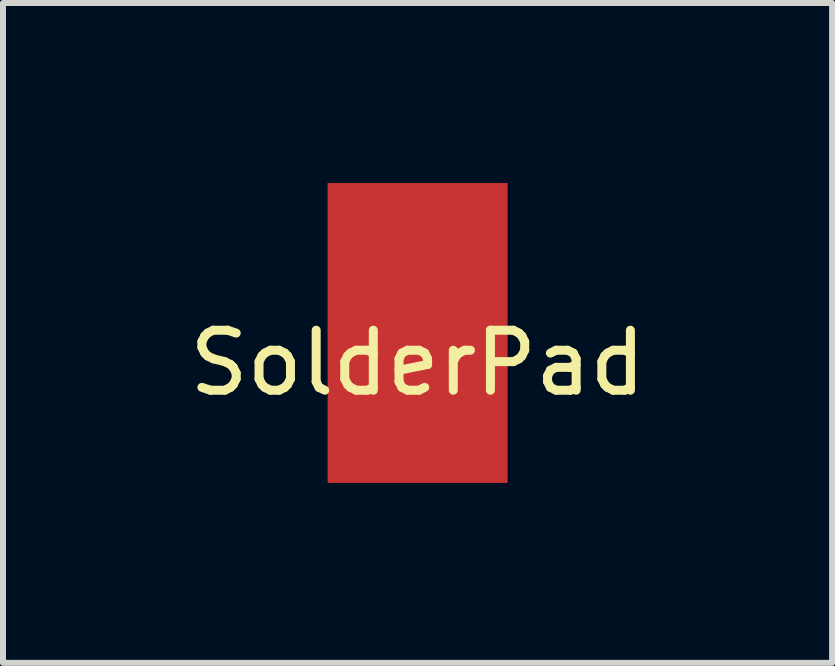
<source format=kicad_pcb>
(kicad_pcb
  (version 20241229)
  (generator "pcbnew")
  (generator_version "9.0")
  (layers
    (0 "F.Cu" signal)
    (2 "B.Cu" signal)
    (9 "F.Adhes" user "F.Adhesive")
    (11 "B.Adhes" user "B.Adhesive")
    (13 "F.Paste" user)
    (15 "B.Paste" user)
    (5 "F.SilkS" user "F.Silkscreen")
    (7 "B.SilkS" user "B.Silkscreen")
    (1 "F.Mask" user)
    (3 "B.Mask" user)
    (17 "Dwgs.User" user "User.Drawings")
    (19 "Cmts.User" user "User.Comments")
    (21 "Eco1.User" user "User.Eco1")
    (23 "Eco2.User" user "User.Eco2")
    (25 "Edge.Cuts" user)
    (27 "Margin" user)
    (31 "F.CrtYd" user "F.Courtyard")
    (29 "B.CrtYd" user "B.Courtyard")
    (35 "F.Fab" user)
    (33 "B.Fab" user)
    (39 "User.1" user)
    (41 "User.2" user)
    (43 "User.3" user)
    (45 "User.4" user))
  (footprint "SolderPad"
    (layer "F.Cu")
    (at 3.911 2.5)
    (property "Reference" "SolderPad" (at 0 0.5 0) (layer "F.SilkS") (effects (font (size 1 1) (thickness 0.15))))
    (attr through_hole)
    (pad "1" smd rect (at 0 0) (size 3 5) (layers "F.Cu" "F.Mask" "F.Paste")))
  (gr_rect
    (start -3 -3)
    (end 10.821 8)
    (stroke (width 0.1) (type default))
    (fill no)
    (layer "Edge.Cuts")))
</source>
